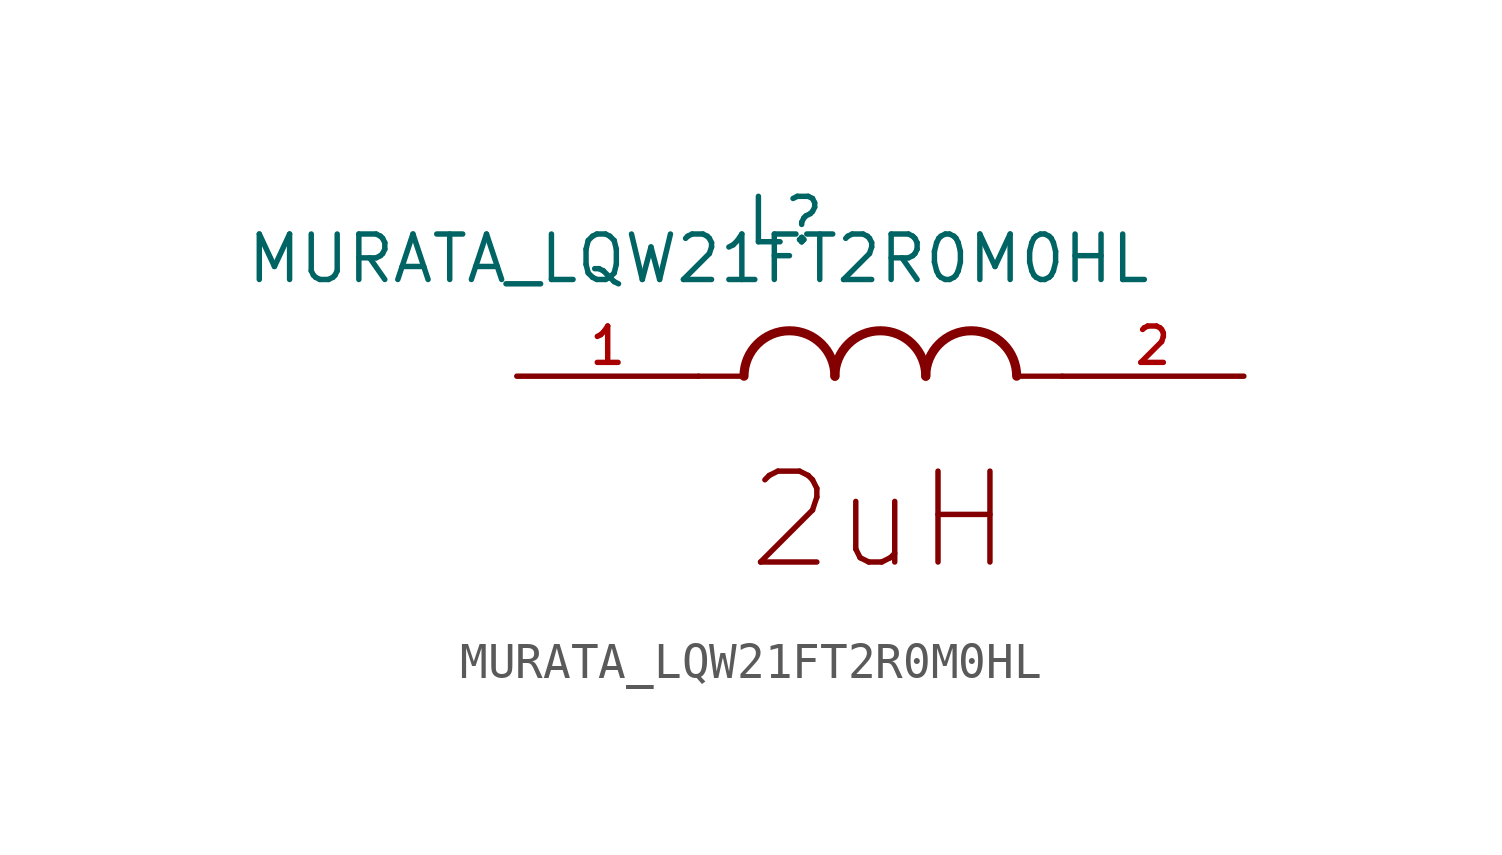
<source format=kicad_sym>
(kicad_symbol_lib
  (version 20211014)
  (generator kicad_symbol_editor)
  (symbol "MURATA_LQW21FT2R0M0HL"
    (pin_names
      (offset 1.016))
    (property "Reference" "L"
      (at 1.27 2.54 0)
      (effects (font (size 1.27 1.27)) (justify top left)))
    (property "Value" "MURATA_LQW21FT2R0M0HL"
      (at 0 0.0 0)
      (effects (font (size 1.27 1.27)) (justify bottom)))
    (symbol "MURATA_LQW21FT2R0M0HL_0_0"
      (arc (start 1.27 -2.54) (mid 2.54 -1.27) (end 3.81 -2.54) (stroke (width 0.254) (type default) (color 0 0 0 0)) (fill (type none)))
      (arc (start 3.81 -2.54) (mid 5.08 -1.27) (end 6.35 -2.54) (stroke (width 0.254) (type default) (color 0 0 0 0)) (fill (type none)))
      (arc (start 6.35 -2.54) (mid 7.62 -1.27) (end 8.89 -2.54) (stroke (width 0.254) (type default) (color 0 0 0 0)) (fill (type none)))
      (polyline (pts (xy 4.44089e-16 -2.54) (xy 1.27 -2.54)) (stroke (width 0.15)))
      (polyline (pts (xy 10.16 -2.54) (xy 8.89 -2.54)) (stroke (width 0.15)))
      (text "2uH" (at 1.27 -5.08 0) (effects (font (size 2.54 2.54)) (justify top left)))
      (pin passive line (at -5.08 -2.54 0) (length 5.08) (name "~" (effects (font (size 1.016 1.016)))) (number "1" (effects (font (size 1.016 1.016)))))
      (pin passive line (at 15.24 -2.54 180.0) (length 5.08) (name "~" (effects (font (size 1.016 1.016)))) (number "2" (effects (font (size 1.016 1.016))))))))
</source>
